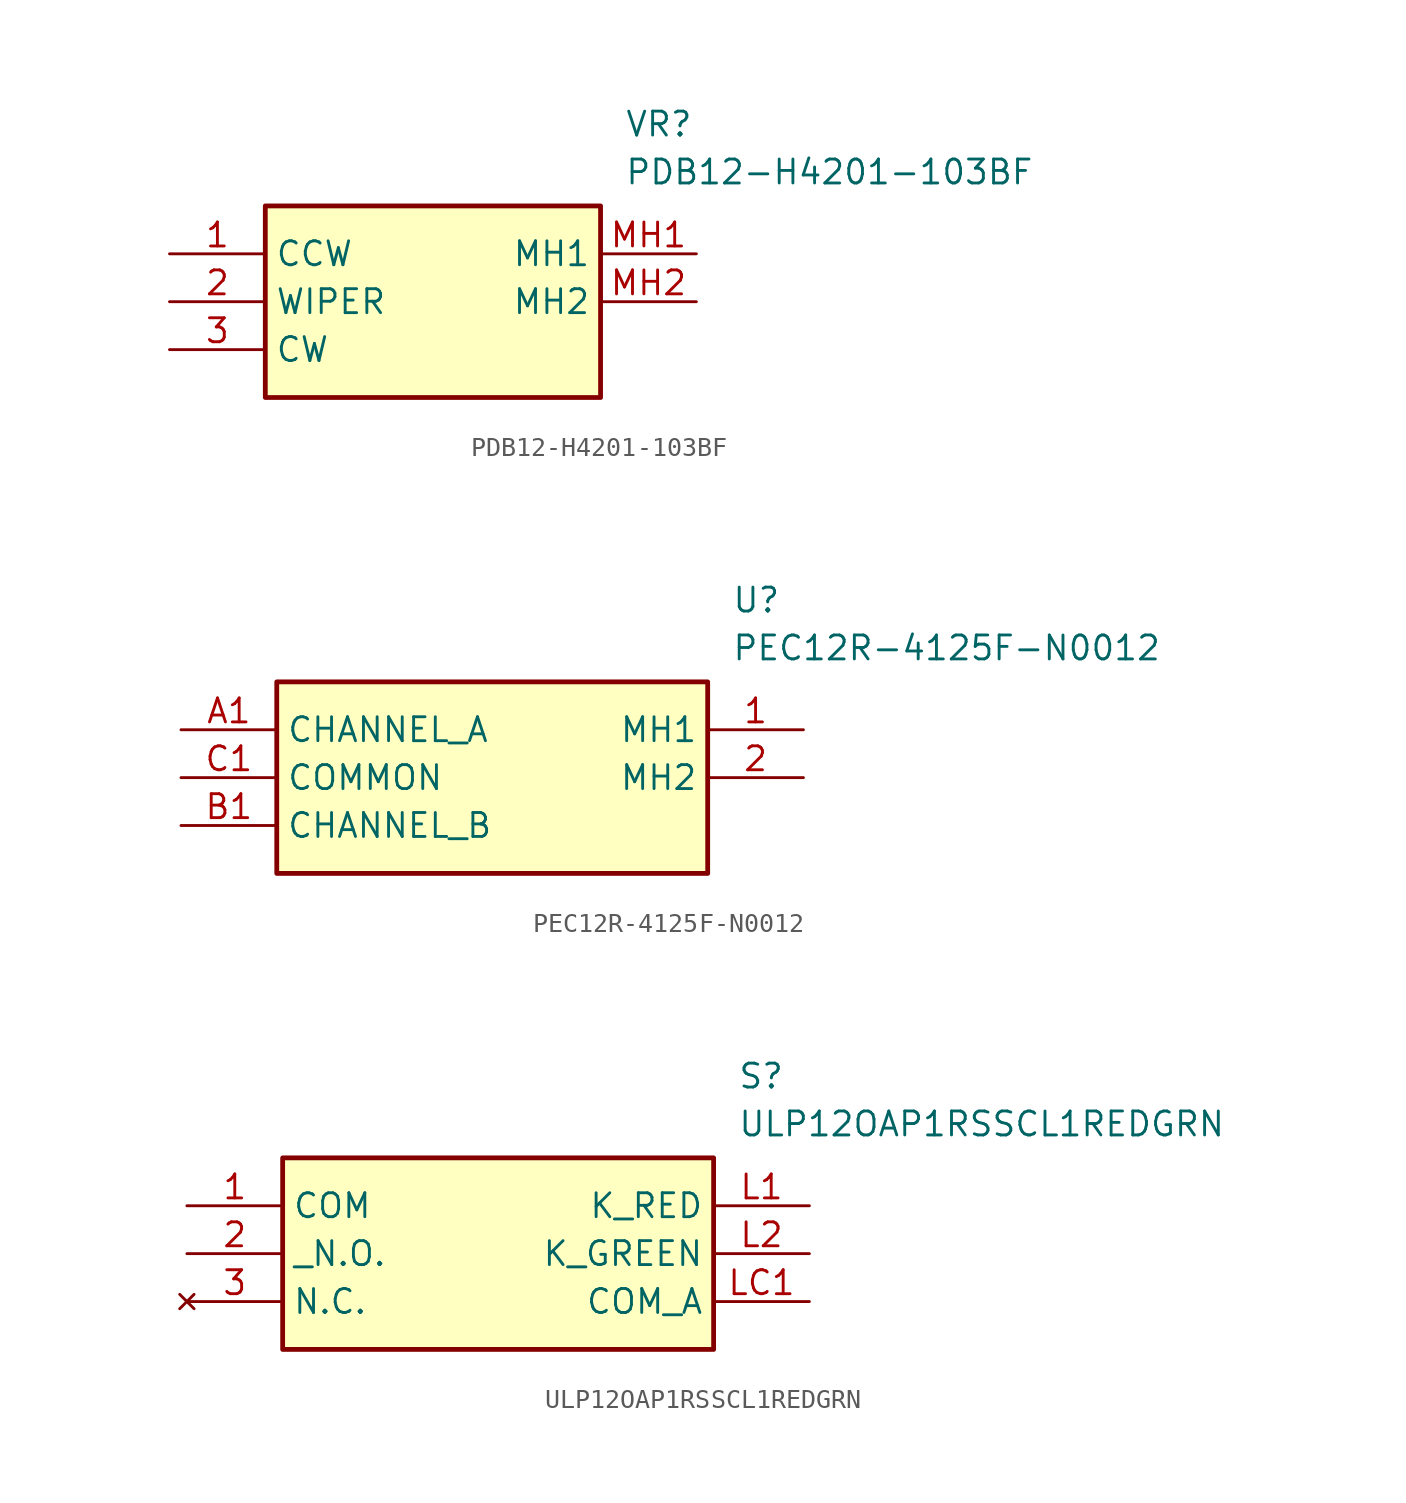
<source format=kicad_sym>
(kicad_symbol_lib
  (version 20241209)
  (generator "kicad_symbol_editor")
  (generator_version "9.0")
  (symbol "PDB12-H4201-103BF"
    (property "Reference" "VR"
      (at 24.13 7.62 0)
      (effects (font (size 1.27 1.27)) (justify left top)))
    (property "Value" "PDB12-H4201-103BF"
      (at 24.13 5.08 0)
      (effects (font (size 1.27 1.27)) (justify left top)))
    (symbol "PDB12-H4201-103BF_1_1"
      (rectangle (start 5.08 2.54) (end 22.86 -7.62) (stroke (width 0.254) (type default)) (fill (type background)))
      (pin passive line (at 0 0 0) (length 5.08) (name "CCW" (effects (font (size 1.27 1.27)))) (number "1" (effects (font (size 1.27 1.27)))))
      (pin passive line (at 0 -2.54 0) (length 5.08) (name "WIPER" (effects (font (size 1.27 1.27)))) (number "2" (effects (font (size 1.27 1.27)))))
      (pin passive line (at 0 -5.08 0) (length 5.08) (name "CW" (effects (font (size 1.27 1.27)))) (number "3" (effects (font (size 1.27 1.27)))))
      (pin passive line (at 27.94 0 180) (length 5.08) (name "MH1" (effects (font (size 1.27 1.27)))) (number "MH1" (effects (font (size 1.27 1.27)))))
      (pin passive line (at 27.94 -2.54 180) (length 5.08) (name "MH2" (effects (font (size 1.27 1.27)))) (number "MH2" (effects (font (size 1.27 1.27)))))))
  (symbol "PEC12R-4125F-N0012"
    (property "Reference" "U"
      (at 29.21 7.62 0)
      (effects (font (size 1.27 1.27)) (justify left top)))
    (property "Value" "PEC12R-4125F-N0012"
      (at 29.21 5.08 0)
      (effects (font (size 1.27 1.27)) (justify left top)))
    (symbol "PEC12R-4125F-N0012_1_1"
      (rectangle (start 5.08 2.54) (end 27.94 -7.62) (stroke (width 0.254) (type default)) (fill (type background)))
      (pin passive line (at 0 0 0) (length 5.08) (name "CHANNEL_A" (effects (font (size 1.27 1.27)))) (number "A1" (effects (font (size 1.27 1.27)))))
      (pin passive line (at 0 -2.54 0) (length 5.08) (name "COMMON" (effects (font (size 1.27 1.27)))) (number "C1" (effects (font (size 1.27 1.27)))))
      (pin passive line (at 0 -5.08 0) (length 5.08) (name "CHANNEL_B" (effects (font (size 1.27 1.27)))) (number "B1" (effects (font (size 1.27 1.27)))))
      (pin passive line (at 33.02 0 180) (length 5.08) (name "MH1" (effects (font (size 1.27 1.27)))) (number "1" (effects (font (size 1.27 1.27)))))
      (pin passive line (at 33.02 -2.54 180) (length 5.08) (name "MH2" (effects (font (size 1.27 1.27)))) (number "2" (effects (font (size 1.27 1.27)))))))
  (symbol "ULP12OAP1RSSCL1REDGRN"
    (property "Reference" "S"
      (at 29.21 7.62 0)
      (effects (font (size 1.27 1.27)) (justify left top)))
    (property "Value" "ULP12OAP1RSSCL1REDGRN"
      (at 29.21 5.08 0)
      (effects (font (size 1.27 1.27)) (justify left top)))
    (symbol "ULP12OAP1RSSCL1REDGRN_1_1"
      (rectangle (start 5.08 2.54) (end 27.94 -7.62) (stroke (width 0.254) (type default)) (fill (type background)))
      (pin passive line (at 0 0 0) (length 5.08) (name "COM" (effects (font (size 1.27 1.27)))) (number "1" (effects (font (size 1.27 1.27)))))
      (pin passive line (at 0 -2.54 0) (length 5.08) (name "_N.O." (effects (font (size 1.27 1.27)))) (number "2" (effects (font (size 1.27 1.27)))))
      (pin no_connect line (at 0 -5.08 0) (length 5.08) (name "N.C." (effects (font (size 1.27 1.27)))) (number "3" (effects (font (size 1.27 1.27)))))
      (pin passive line (at 33.02 0 180) (length 5.08) (name "K_RED" (effects (font (size 1.27 1.27)))) (number "L1" (effects (font (size 1.27 1.27)))))
      (pin passive line (at 33.02 -2.54 180) (length 5.08) (name "K_GREEN" (effects (font (size 1.27 1.27)))) (number "L2" (effects (font (size 1.27 1.27)))))
      (pin passive line (at 33.02 -5.08 180) (length 5.08) (name "COM_A" (effects (font (size 1.27 1.27)))) (number "LC1" (effects (font (size 1.27 1.27))))))))
</source>
